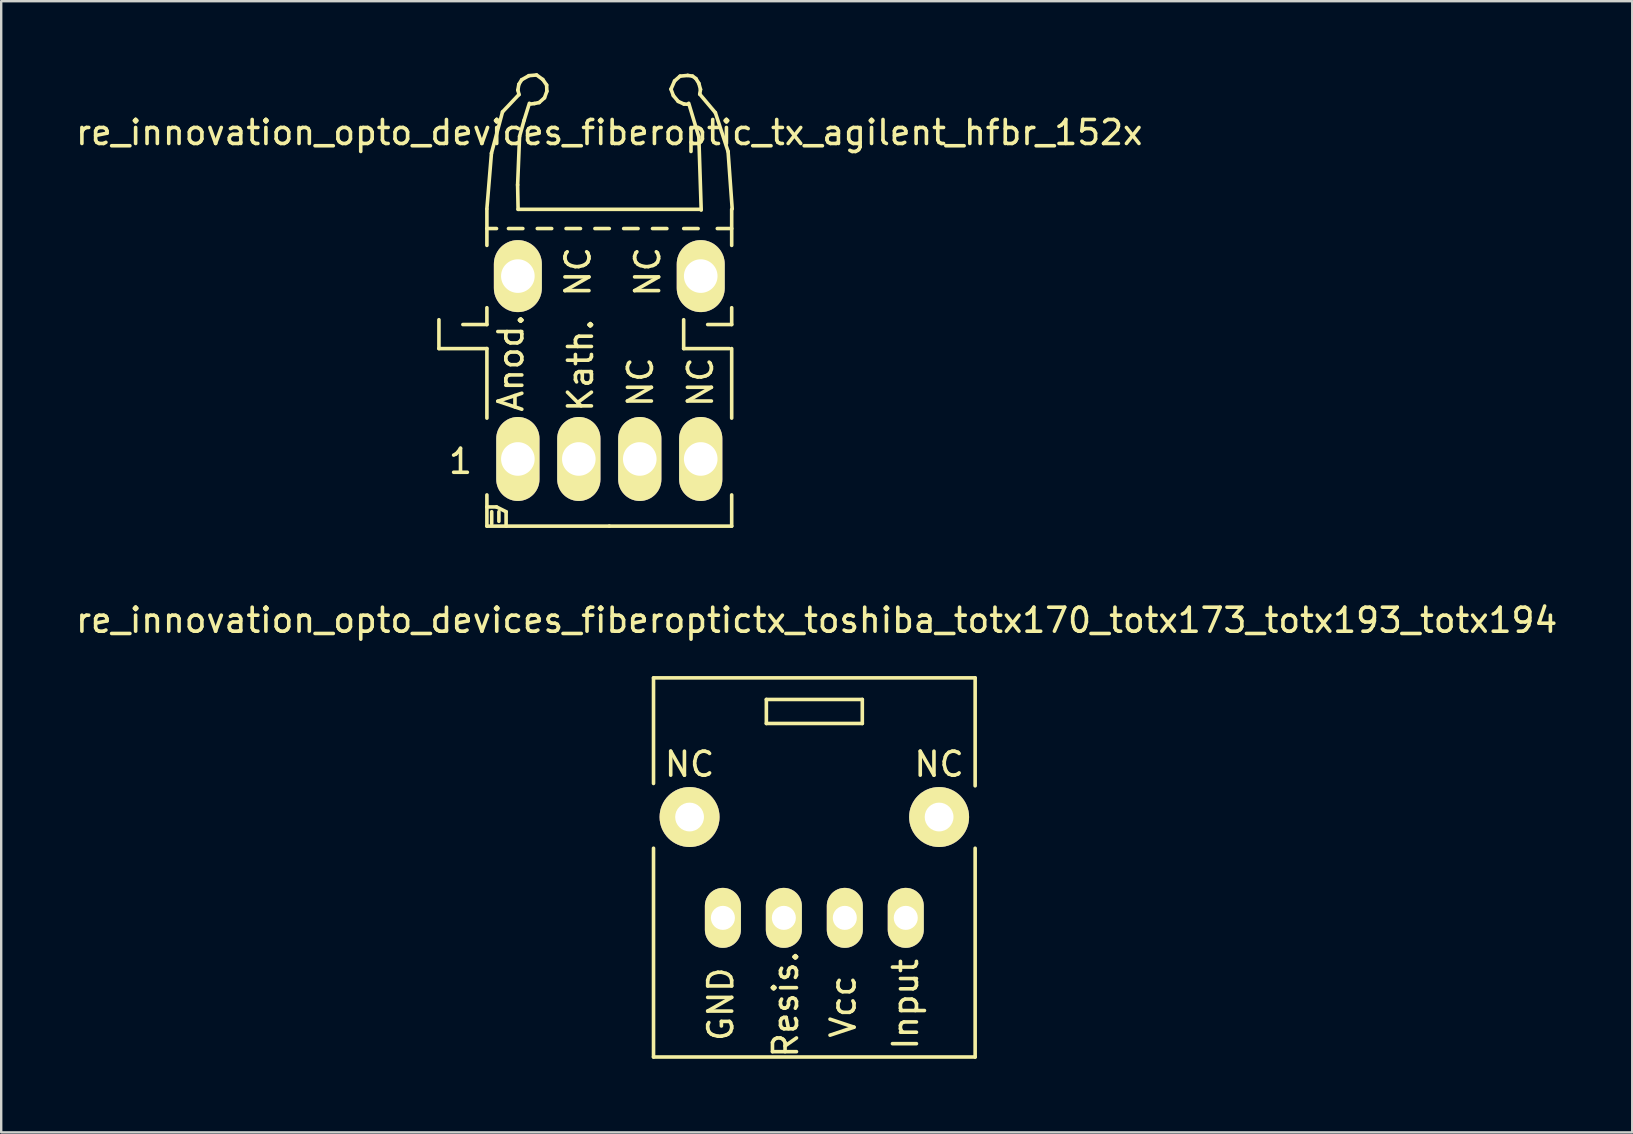
<source format=kicad_pcb>
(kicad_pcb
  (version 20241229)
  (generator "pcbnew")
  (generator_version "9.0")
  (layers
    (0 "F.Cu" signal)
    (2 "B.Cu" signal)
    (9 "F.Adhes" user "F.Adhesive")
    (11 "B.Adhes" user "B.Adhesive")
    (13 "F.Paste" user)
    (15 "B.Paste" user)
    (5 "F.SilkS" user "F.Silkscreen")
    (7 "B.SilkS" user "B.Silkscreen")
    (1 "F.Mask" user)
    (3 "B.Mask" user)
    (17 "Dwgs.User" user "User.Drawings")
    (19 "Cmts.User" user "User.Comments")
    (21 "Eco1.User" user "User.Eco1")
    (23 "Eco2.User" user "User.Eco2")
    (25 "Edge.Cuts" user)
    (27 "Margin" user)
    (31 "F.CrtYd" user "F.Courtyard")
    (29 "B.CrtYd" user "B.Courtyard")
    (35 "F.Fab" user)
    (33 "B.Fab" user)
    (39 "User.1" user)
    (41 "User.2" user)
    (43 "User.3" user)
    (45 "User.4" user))
  (footprint "re_innovation_opto_devices_fiberoptic_tx_agilent_hfbr_152x"
    (layer "F.Cu")
    (at 22.339 10.474)
    (property "Reference" "re_innovation_opto_devices_fiberoptic_tx_agilent_hfbr_152x" (at 0 -8.001 0) (layer "F.SilkS") (effects (font (size 1 1) (thickness 0.15))))
    (attr through_hole)
    (fp_line (start -7.099 1.001) (end -7.099 -0.201) (stroke (width 0.15) (type solid)) (layer "F.SilkS"))
    (fp_line (start -6.101 0) (end -5.1 0) (stroke (width 0.15) (type solid)) (layer "F.SilkS"))
    (fp_line (start -5.1 -4.831) (end -4.91 -7.14) (stroke (width 0.15) (type solid)) (layer "F.SilkS"))
    (fp_line (start -5.1 -4.801) (end -5.1 -3.299) (stroke (width 0.15) (type solid)) (layer "F.SilkS"))
    (fp_line (start -5.1 0) (end -5.1 -0.701) (stroke (width 0.15) (type solid)) (layer "F.SilkS"))
    (fp_line (start -5.1 1.001) (end -7.099 1.001) (stroke (width 0.15) (type solid)) (layer "F.SilkS"))
    (fp_line (start -5.1 1.001) (end -5.1 3.899) (stroke (width 0.15) (type solid)) (layer "F.SilkS"))
    (fp_line (start -5.1 7.6) (end -4.699 7.6) (stroke (width 0.15) (type solid)) (layer "F.SilkS"))
    (fp_line (start -5.1 8.4) (end -5.1 7.099) (stroke (width 0.15) (type solid)) (layer "F.SilkS"))
    (fp_line (start -4.91 -7.14) (end -4.45 -8.86) (stroke (width 0.15) (type solid)) (layer "F.SilkS"))
    (fp_line (start -4.9 7.8) (end -4.9 8.301) (stroke (width 0.15) (type solid)) (layer "F.SilkS"))
    (fp_line (start -4.699 -4) (end -5.1 -4) (stroke (width 0.15) (type solid)) (layer "F.SilkS"))
    (fp_line (start -4.699 7.6) (end -4.3 7.8) (stroke (width 0.15) (type solid)) (layer "F.SilkS"))
    (fp_line (start -4.6 7.8) (end -4.6 8.199) (stroke (width 0.15) (type solid)) (layer "F.SilkS"))
    (fp_line (start -4.45 -8.86) (end -3.769 -9.581) (stroke (width 0.15) (type solid)) (layer "F.SilkS"))
    (fp_line (start -4.3 7.8) (end -4.3 8.4) (stroke (width 0.15) (type solid)) (layer "F.SilkS"))
    (fp_line (start -3.82 -5.819) (end -3.739 -7.841) (stroke (width 0.15) (type solid)) (layer "F.SilkS"))
    (fp_line (start -3.81 -9.769) (end -3.759 -9.581) (stroke (width 0.15) (type solid)) (layer "F.SilkS"))
    (fp_line (start -3.8 -4.801) (end -3.82 -5.819) (stroke (width 0.15) (type solid)) (layer "F.SilkS"))
    (fp_line (start -3.769 -10.01) (end -3.81 -9.769) (stroke (width 0.15) (type solid)) (layer "F.SilkS"))
    (fp_line (start -3.739 -7.841) (end -3.551 -8.509) (stroke (width 0.15) (type solid)) (layer "F.SilkS"))
    (fp_line (start -3.65 -10.201) (end -3.769 -10.01) (stroke (width 0.15) (type solid)) (layer "F.SilkS"))
    (fp_line (start -3.602 -4) (end -4.201 -4) (stroke (width 0.15) (type solid)) (layer "F.SilkS"))
    (fp_line (start -3.551 -8.509) (end -3.33 -9.22) (stroke (width 0.15) (type solid)) (layer "F.SilkS"))
    (fp_line (start -3.35 -10.371) (end -3.65 -10.201) (stroke (width 0.15) (type solid)) (layer "F.SilkS"))
    (fp_line (start -3.269 -9.19) (end -3.119 -9.21) (stroke (width 0.15) (type solid)) (layer "F.SilkS"))
    (fp_line (start -3.119 -9.21) (end -2.921 -9.251) (stroke (width 0.15) (type solid)) (layer "F.SilkS"))
    (fp_line (start -3.03 -10.399) (end -3.35 -10.371) (stroke (width 0.15) (type solid)) (layer "F.SilkS"))
    (fp_line (start -2.921 -9.251) (end -2.7 -9.449) (stroke (width 0.15) (type solid)) (layer "F.SilkS"))
    (fp_line (start -2.771 -10.211) (end -3.03 -10.399) (stroke (width 0.15) (type solid)) (layer "F.SilkS"))
    (fp_line (start -2.7 -9.449) (end -2.601 -9.721) (stroke (width 0.15) (type solid)) (layer "F.SilkS"))
    (fp_line (start -2.611 -9.98) (end -2.771 -10.211) (stroke (width 0.15) (type solid)) (layer "F.SilkS"))
    (fp_line (start -2.601 -9.721) (end -2.611 -9.98) (stroke (width 0.15) (type solid)) (layer "F.SilkS"))
    (fp_line (start -2.4 -4) (end -3 -4) (stroke (width 0.15) (type solid)) (layer "F.SilkS"))
    (fp_line (start -1.201 -4) (end -1.801 -4) (stroke (width 0.15) (type solid)) (layer "F.SilkS"))
    (fp_line (start 0 -4) (end -0.599 -4) (stroke (width 0.15) (type solid)) (layer "F.SilkS"))
    (fp_line (start 0 8.4) (end -5.1 8.4) (stroke (width 0.15) (type solid)) (layer "F.SilkS"))
    (fp_line (start 0 8.4) (end 5.1 8.4) (stroke (width 0.15) (type solid)) (layer "F.SilkS"))
    (fp_line (start 1.199 -4) (end 0.599 -4) (stroke (width 0.15) (type solid)) (layer "F.SilkS"))
    (fp_line (start 2.4 -4) (end 1.801 -4) (stroke (width 0.15) (type solid)) (layer "F.SilkS"))
    (fp_line (start 2.57 -9.809) (end 2.67 -9.54) (stroke (width 0.15) (type solid)) (layer "F.SilkS"))
    (fp_line (start 2.67 -9.54) (end 2.87 -9.299) (stroke (width 0.15) (type solid)) (layer "F.SilkS"))
    (fp_line (start 2.72 -10.15) (end 2.57 -9.809) (stroke (width 0.15) (type solid)) (layer "F.SilkS"))
    (fp_line (start 2.87 -9.299) (end 3.109 -9.19) (stroke (width 0.15) (type solid)) (layer "F.SilkS"))
    (fp_line (start 2.949 -10.351) (end 2.72 -10.15) (stroke (width 0.15) (type solid)) (layer "F.SilkS"))
    (fp_line (start 3.099 1.001) (end 3.099 -0.201) (stroke (width 0.15) (type solid)) (layer "F.SilkS"))
    (fp_line (start 3.109 -9.19) (end 3.269 -9.18) (stroke (width 0.15) (type solid)) (layer "F.SilkS"))
    (fp_line (start 3.269 -10.381) (end 2.949 -10.351) (stroke (width 0.15) (type solid)) (layer "F.SilkS"))
    (fp_line (start 3.47 -10.351) (end 3.269 -10.381) (stroke (width 0.15) (type solid)) (layer "F.SilkS"))
    (fp_line (start 3.609 -10.249) (end 3.47 -10.351) (stroke (width 0.15) (type solid)) (layer "F.SilkS"))
    (fp_line (start 3.701 -4) (end 3.101 -4) (stroke (width 0.15) (type solid)) (layer "F.SilkS"))
    (fp_line (start 3.731 -10.051) (end 3.609 -10.249) (stroke (width 0.15) (type solid)) (layer "F.SilkS"))
    (fp_line (start 3.731 -7.821) (end 3.31 -9.22) (stroke (width 0.15) (type solid)) (layer "F.SilkS"))
    (fp_line (start 3.769 -9.601) (end 3.8 -9.799) (stroke (width 0.15) (type solid)) (layer "F.SilkS"))
    (fp_line (start 3.8 -9.799) (end 3.731 -10.051) (stroke (width 0.15) (type solid)) (layer "F.SilkS"))
    (fp_line (start 3.8 -4.801) (end -3.8 -4.801) (stroke (width 0.15) (type solid)) (layer "F.SilkS"))
    (fp_line (start 3.83 -4.77) (end 3.731 -7.821) (stroke (width 0.15) (type solid)) (layer "F.SilkS"))
    (fp_line (start 4.42 -8.829) (end 3.769 -9.601) (stroke (width 0.15) (type solid)) (layer "F.SilkS"))
    (fp_line (start 4.95 -7.211) (end 4.42 -8.829) (stroke (width 0.15) (type solid)) (layer "F.SilkS"))
    (fp_line (start 5.001 1.001) (end 3.099 1.001) (stroke (width 0.15) (type solid)) (layer "F.SilkS"))
    (fp_line (start 5.1 -4) (end 4.501 -4) (stroke (width 0.15) (type solid)) (layer "F.SilkS"))
    (fp_line (start 5.1 -3.299) (end 5.1 -4.801) (stroke (width 0.15) (type solid)) (layer "F.SilkS"))
    (fp_line (start 5.1 0) (end 4.1 0) (stroke (width 0.15) (type solid)) (layer "F.SilkS"))
    (fp_line (start 5.1 0) (end 5.1 -0.701) (stroke (width 0.15) (type solid)) (layer "F.SilkS"))
    (fp_line (start 5.1 3.899) (end 5.1 1.001) (stroke (width 0.15) (type solid)) (layer "F.SilkS"))
    (fp_line (start 5.1 8.4) (end 5.1 7.099) (stroke (width 0.15) (type solid)) (layer "F.SilkS"))
    (fp_line (start 5.121 -4.821) (end 4.95 -7.211) (stroke (width 0.15) (type solid)) (layer "F.SilkS"))
    (fp_text user "Kath." (at -1.199 1.699 90) (layer "F.SilkS") (effects (font (size 1 1) (thickness 0.15))))
    (fp_text user "NC" (at 1.6 -2.2 90) (layer "F.SilkS") (effects (font (size 1 1) (thickness 0.15))))
    (fp_text user "1" (at -6.2 5.7 0) (layer "F.SilkS") (effects (font (size 1 1) (thickness 0.15))))
    (fp_text user "NC" (at 3.8 2.4 90) (layer "F.SilkS") (effects (font (size 1 1) (thickness 0.15))))
    (fp_text user "NC" (at -1.303 -2.2 90) (layer "F.SilkS") (effects (font (size 1 1) (thickness 0.15))))
    (fp_text user "NC" (at 1.3 2.4 90) (layer "F.SilkS") (effects (font (size 1 1) (thickness 0.15))))
    (fp_text user "Anod." (at -4.1 1.6 90) (layer "F.SilkS") (effects (font (size 1 1) (thickness 0.15))))
    (pad "1" thru_hole oval (at -3.81 5.601) (size 1.801 3.5) (drill 1.4) (layers "*.Cu" "*.Mask" "F.SilkS"))
    (pad "2" thru_hole oval (at -1.27 5.601) (size 1.801 3.5) (drill 1.4) (layers "*.Cu" "*.Mask" "F.SilkS"))
    (pad "3" thru_hole oval (at 1.27 5.601) (size 1.801 3.5) (drill 1.4) (layers "*.Cu" "*.Mask" "F.SilkS"))
    (pad "4" thru_hole oval (at 3.81 5.601) (size 1.801 3.5) (drill 1.4) (layers "*.Cu" "*.Mask" "F.SilkS"))
    (pad "5" thru_hole oval (at 3.81 -2.019) (size 1.999 3) (drill 1.4) (layers "*.Cu" "*.Mask" "F.SilkS"))
    (pad "6" thru_hole oval (at -3.81 -2.019) (size 1.999 3) (drill 1.4) (layers "*.Cu" "*.Mask" "F.SilkS")))
  (footprint "re_innovation_opto_devices_fiberoptictx_toshiba_totx170_totx173_totx193_totx194"
    (layer "F.Cu")
    (at 30.883 33.096)
    (property "Reference" "re_innovation_opto_devices_fiberoptictx_toshiba_totx170_totx173_totx193_totx194" (at 0.099 -10.3 0) (layer "F.SilkS") (effects (font (size 1 1) (thickness 0.15))))
    (attr through_hole)
    (fp_line (start -6.701 -7.899) (end -6.701 -3.5) (stroke (width 0.15) (type solid)) (layer "F.SilkS"))
    (fp_line (start -6.701 7.899) (end -6.701 -0.8) (stroke (width 0.15) (type solid)) (layer "F.SilkS"))
    (fp_line (start -6.701 7.899) (end 6.701 7.899) (stroke (width 0.15) (type solid)) (layer "F.SilkS"))
    (fp_line (start -1.999 -7) (end 1.999 -7) (stroke (width 0.15) (type solid)) (layer "F.SilkS"))
    (fp_line (start -1.999 -5.999) (end -1.999 -7) (stroke (width 0.15) (type solid)) (layer "F.SilkS"))
    (fp_line (start 1.999 -7) (end 1.999 -5.999) (stroke (width 0.15) (type solid)) (layer "F.SilkS"))
    (fp_line (start 1.999 -5.999) (end -1.999 -5.999) (stroke (width 0.15) (type solid)) (layer "F.SilkS"))
    (fp_line (start 6.701 -7.899) (end -6.701 -7.899) (stroke (width 0.15) (type solid)) (layer "F.SilkS"))
    (fp_line (start 6.701 -7.899) (end 6.701 -3.401) (stroke (width 0.15) (type solid)) (layer "F.SilkS"))
    (fp_line (start 6.701 7.899) (end 6.701 -0.8) (stroke (width 0.15) (type solid)) (layer "F.SilkS"))
    (fp_text user "Vcc" (at 1.199 5.799 90) (layer "F.SilkS") (effects (font (size 1 1) (thickness 0.15))))
    (fp_text user "NC" (at -5.199 -4.3 0) (layer "F.SilkS") (effects (font (size 1 1) (thickness 0.15))))
    (fp_text user "NC" (at 5.199 -4.3 0) (layer "F.SilkS") (effects (font (size 1 1) (thickness 0.15))))
    (fp_text user "GND" (at -3.899 5.7 90) (layer "F.SilkS") (effects (font (size 1 1) (thickness 0.15))))
    (fp_text user "Resis." (at -1.199 5.7 90) (layer "F.SilkS") (effects (font (size 1 1) (thickness 0.15))))
    (fp_text user "Input" (at 3.8 5.7 90) (layer "F.SilkS") (effects (font (size 1 1) (thickness 0.15))))
    (pad "1" thru_hole oval (at -3.81 2.101) (size 1.501 2.499) (drill 1.001) (layers "*.Cu" "*.Mask" "F.SilkS"))
    (pad "2" thru_hole oval (at -1.27 2.101) (size 1.501 2.499) (drill 1.001) (layers "*.Cu" "*.Mask" "F.SilkS"))
    (pad "3" thru_hole oval (at 1.27 2.101) (size 1.501 2.499) (drill 1.001) (layers "*.Cu" "*.Mask" "F.SilkS"))
    (pad "4" thru_hole oval (at 3.81 2.101) (size 1.501 2.499) (drill 1.001) (layers "*.Cu" "*.Mask" "F.SilkS"))
    (pad "5" thru_hole circle (at 5.199 -2.101) (size 2.499 2.499) (drill 1.199) (layers "*.Cu" "*.Mask" "F.SilkS"))
    (pad "6" thru_hole circle (at -5.199 -2.101) (size 2.499 2.499) (drill 1.199) (layers "*.Cu" "*.Mask" "F.SilkS")))
  (gr_rect
    (start -3 -3)
    (end 64.964 44.136)
    (stroke (width 0.1) (type default))
    (fill no)
    (layer "Edge.Cuts")))
</source>
